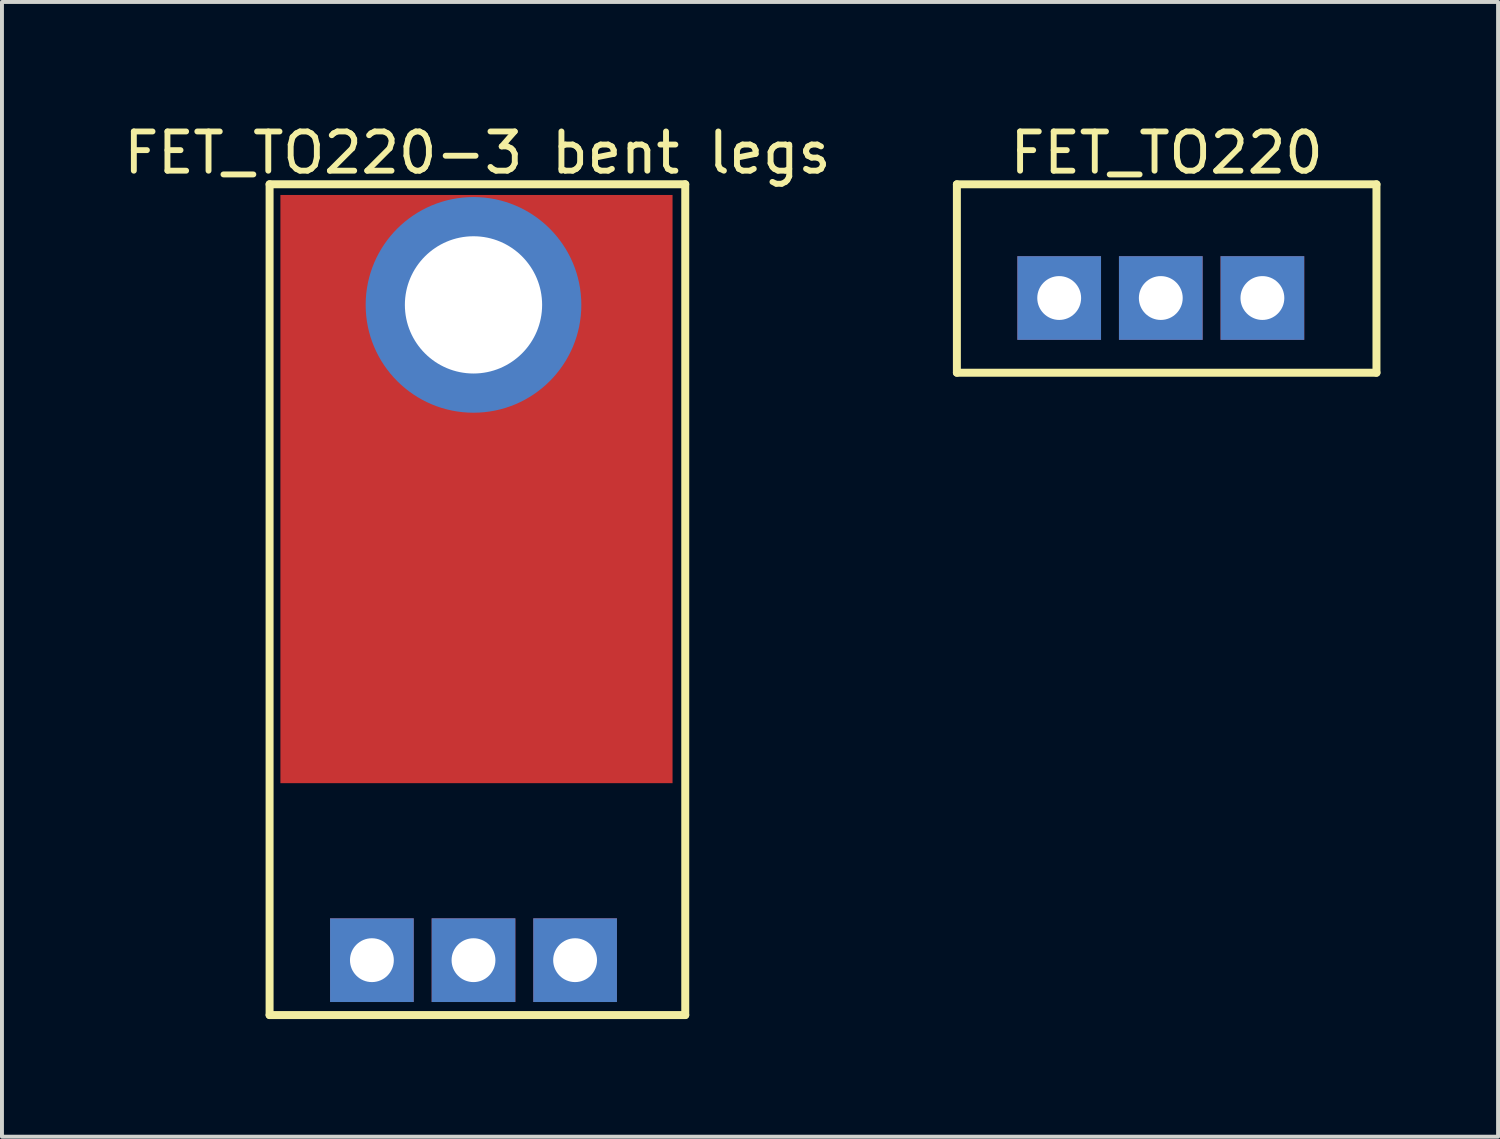
<source format=kicad_pcb>
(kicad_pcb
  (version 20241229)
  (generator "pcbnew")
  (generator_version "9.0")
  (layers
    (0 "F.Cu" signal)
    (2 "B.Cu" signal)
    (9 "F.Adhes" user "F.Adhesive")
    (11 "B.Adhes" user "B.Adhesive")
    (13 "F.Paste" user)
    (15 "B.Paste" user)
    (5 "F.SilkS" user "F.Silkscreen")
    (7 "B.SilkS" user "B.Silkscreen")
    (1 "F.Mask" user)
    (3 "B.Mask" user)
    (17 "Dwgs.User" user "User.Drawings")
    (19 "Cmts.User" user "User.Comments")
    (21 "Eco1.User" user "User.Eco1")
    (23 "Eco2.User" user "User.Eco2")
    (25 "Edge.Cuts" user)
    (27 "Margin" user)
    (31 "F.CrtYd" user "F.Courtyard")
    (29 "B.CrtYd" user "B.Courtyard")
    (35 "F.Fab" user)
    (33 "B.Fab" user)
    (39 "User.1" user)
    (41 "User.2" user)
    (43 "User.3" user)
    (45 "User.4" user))
  (footprint "FET_TO220-3 bent legs"
    (layer "F.Cu")
    (at 9.025 21.436)
    (property "Reference" "FET_TO220-3 bent legs" (at 0.1 -20.588 0) (layer "F.SilkS") (effects (font (size 1 1) (thickness 0.15))))
    (fp_line (start -5.2 -19.787) (end 5.4 -19.787) (stroke (width 0.203) (type solid)) (layer "F.SilkS"))
    (fp_line (start -5.2 1.4) (end -5.2 -19.787) (stroke (width 0.203) (type solid)) (layer "F.SilkS"))
    (fp_line (start -5.2 1.4) (end 5.4 1.4) (stroke (width 0.203) (type solid)) (layer "F.SilkS"))
    (fp_line (start 5.4 1.4) (end 5.4 -19.787) (stroke (width 0.203) (type solid)) (layer "F.SilkS"))
    (pad "D" thru_hole circle (at 0 -16.711) (size 5.5 5.5) (drill 3.5) (layers "*.Cu" "*.Mask"))
    (pad "D" thru_hole rect (at 0 0) (size 2.134 2.134) (drill 1.118) (layers "*.Cu" "*.Mask"))
    (pad "D" smd rect (at 0.076 -12.014 180) (size 10 15) (layers "F.Cu" "F.Mask" "F.Paste"))
    (pad "G" thru_hole rect (at -2.591 0) (size 2.134 2.134) (drill 1.118) (layers "*.Cu" "*.Mask"))
    (pad "S" thru_hole rect (at 2.591 0) (size 2.134 2.134) (drill 1.118) (layers "*.Cu" "*.Mask")))
  (footprint "FET_TO220"
    (layer "F.Cu")
    (at 26.552 4.55)
    (property "Reference" "FET_TO220" (at 0.15 -3.702 0) (layer "F.SilkS") (effects (font (size 1 1) (thickness 0.15))))
    (fp_line (start -5.2 -2.9) (end 5.5 -2.9) (stroke (width 0.203) (type solid)) (layer "F.SilkS"))
    (fp_line (start -5.2 1.905) (end -5.2 -2.9) (stroke (width 0.203) (type solid)) (layer "F.SilkS"))
    (fp_line (start -5.2 1.905) (end 5.5 1.905) (stroke (width 0.203) (type solid)) (layer "F.SilkS"))
    (fp_line (start 5.5 1.905) (end 5.5 -2.9) (stroke (width 0.203) (type solid)) (layer "F.SilkS"))
    (pad "D" thru_hole rect (at 0 0) (size 2.134 2.134) (drill 1.118) (layers "*.Cu" "*.Mask"))
    (pad "G" thru_hole rect (at -2.591 0) (size 2.134 2.134) (drill 1.118) (layers "*.Cu" "*.Mask"))
    (pad "S" thru_hole rect (at 2.591 0) (size 2.134 2.134) (drill 1.118) (layers "*.Cu" "*.Mask")))
  (gr_rect
    (start -3 -3)
    (end 35.153 25.938)
    (stroke (width 0.1) (type default))
    (fill no)
    (layer "Edge.Cuts")))
</source>
